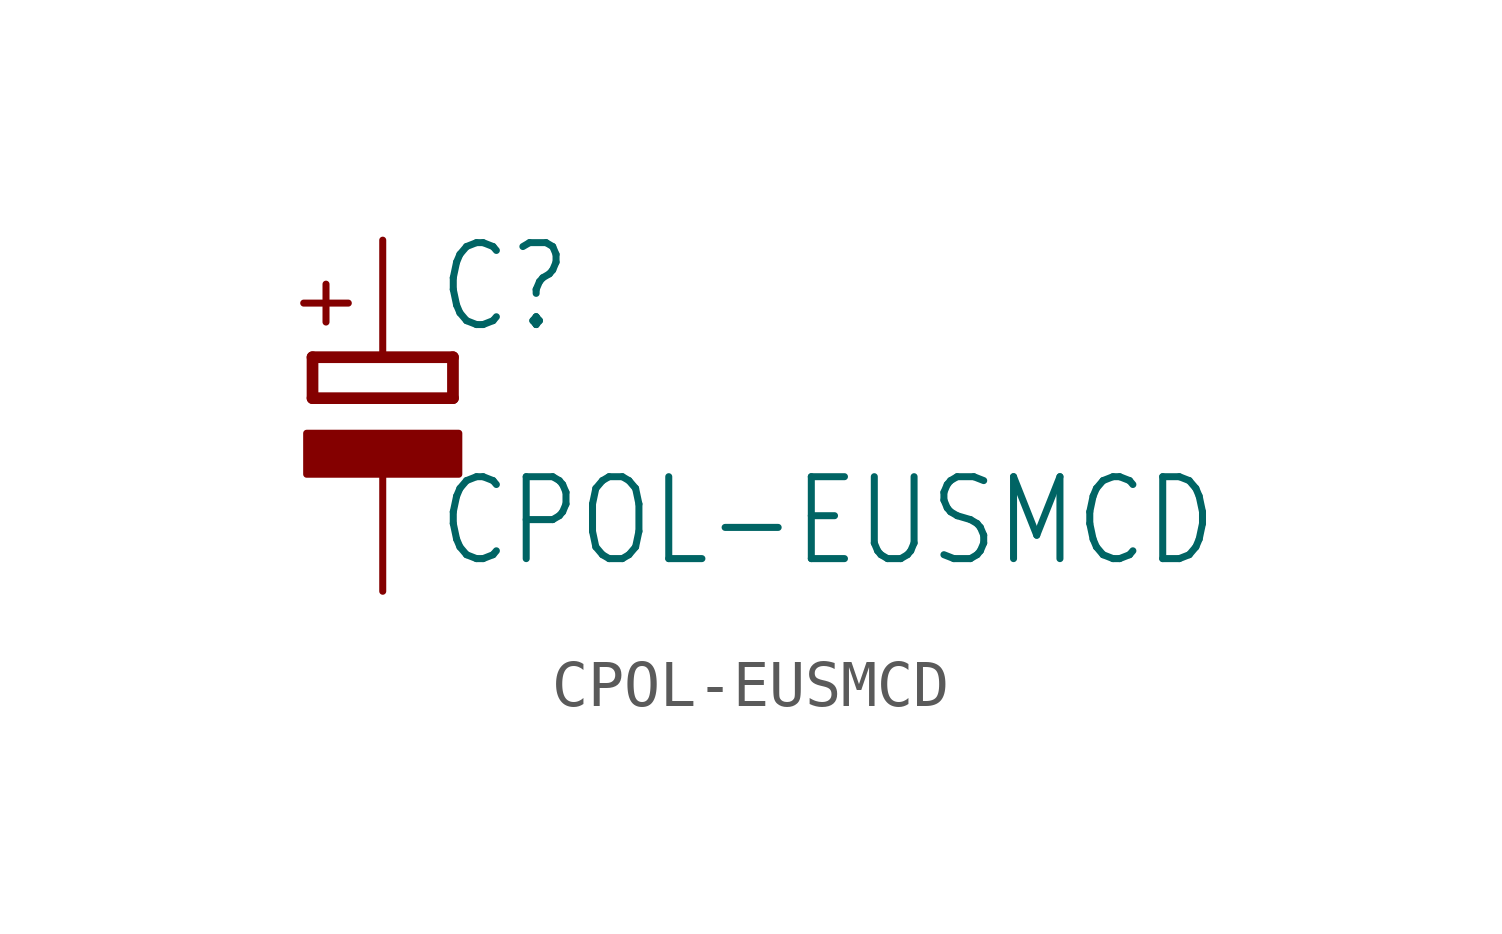
<source format=kicad_sym>
(kicad_symbol_lib
  (version 20220331)
  (generator kicad_symbol_editor)
  (symbol "CPOL-EUSMCD"
    (property "Reference" "C"
      (at 1.143 0.483 0)
      (effects (font (size 1.778 1.511)) (justify left bottom)))
    (property "Value" "CPOL-EUSMCD"
      (at 1.143 -4.597 0)
      (effects (font (size 1.778 1.511)) (justify left bottom)))
    (property "ki_locked" ""
      (at 0 0 0)
      (effects (font (size 1.27 1.27))))
    (symbol "CPOL-EUSMCD_1_0"
      (rectangle (start -1.651 -2.54) (end 1.651 -1.651) (stroke (width 0) (type default)) (fill (type outline)))
      (polyline (pts (xy -1.524 -0.889) (xy 1.524 -0.889)) (stroke (width 0.254) (type solid)) (fill (type none)))
      (polyline (pts (xy -1.524 0) (xy -1.524 -0.889)) (stroke (width 0.254) (type solid)) (fill (type none)))
      (polyline (pts (xy -1.524 0) (xy 1.524 0)) (stroke (width 0.254) (type solid)) (fill (type none)))
      (polyline (pts (xy 1.524 -0.889) (xy 1.524 0)) (stroke (width 0.254) (type solid)) (fill (type none)))
      (text "+" (at -0.584 0.406 900) (effects (font (size 1.27 1.079)) (justify left bottom)))
      (pin passive line (at 0 2.54 270) (length 2.54) (name "+" (effects (font (size 0 0)))) (number "+" (effects (font (size 0 0)))))
      (pin passive line (at 0 -5.08 90) (length 2.54) (name "-" (effects (font (size 0 0)))) (number "-" (effects (font (size 0 0))))))))
</source>
